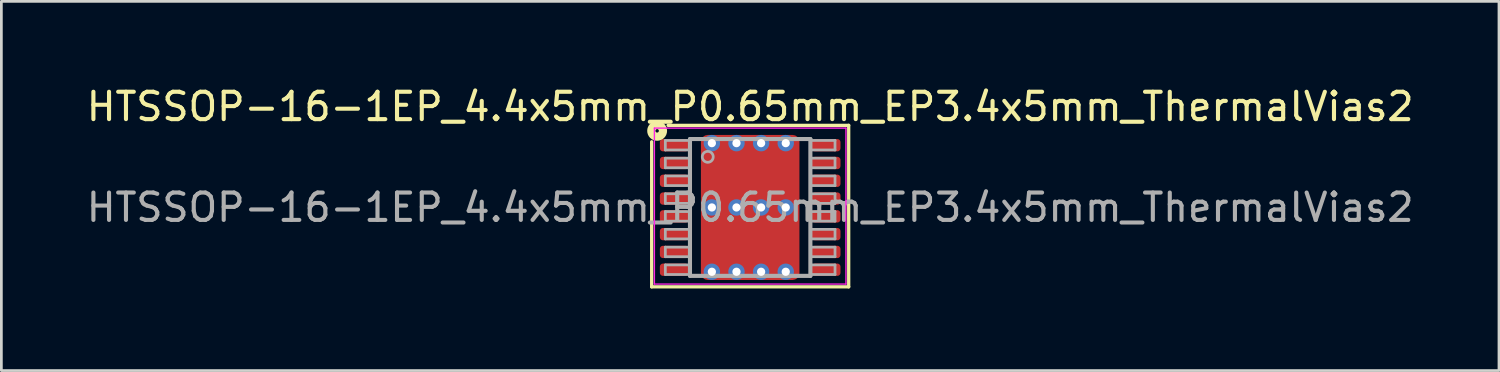
<source format=kicad_pcb>
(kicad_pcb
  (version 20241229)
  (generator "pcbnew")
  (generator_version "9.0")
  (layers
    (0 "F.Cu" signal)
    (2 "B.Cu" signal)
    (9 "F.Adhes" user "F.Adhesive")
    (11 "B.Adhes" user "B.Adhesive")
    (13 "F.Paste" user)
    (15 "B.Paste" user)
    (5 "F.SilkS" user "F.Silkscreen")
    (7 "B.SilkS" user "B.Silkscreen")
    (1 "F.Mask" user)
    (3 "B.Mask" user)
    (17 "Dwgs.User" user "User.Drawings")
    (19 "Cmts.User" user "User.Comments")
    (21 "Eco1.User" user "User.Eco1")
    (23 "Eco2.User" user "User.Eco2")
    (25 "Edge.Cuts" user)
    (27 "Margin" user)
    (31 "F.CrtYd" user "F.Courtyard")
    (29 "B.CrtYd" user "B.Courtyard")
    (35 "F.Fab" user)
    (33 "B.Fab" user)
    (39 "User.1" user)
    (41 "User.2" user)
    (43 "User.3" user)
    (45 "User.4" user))
  (footprint "HTSSOP-16-1EP_4.4x5mm_P0.65mm_EP3.4x5mm_ThermalVias2"
    (layer "F.Cu")
    (at 24.363 4.531)
    (property "Reference" "HTSSOP-16-1EP_4.4x5mm_P0.65mm_EP3.4x5mm_ThermalVias2" (at 0 -3.683 0) (layer "F.SilkS") (effects (font (size 1 1) (thickness 0.15))))
    (attr smd)
    (fp_line (start -3.6 -2.4) (end -3.6 2.9) (stroke (width 0.12) (type solid)) (layer "F.SilkS"))
    (fp_line (start -3.6 2.9) (end 3.6 2.9) (stroke (width 0.12) (type solid)) (layer "F.SilkS"))
    (fp_line (start 3.6 -3) (end -3 -3) (stroke (width 0.12) (type solid)) (layer "F.SilkS"))
    (fp_line (start 3.6 2.9) (end 3.6 -3) (stroke (width 0.12) (type solid)) (layer "F.SilkS"))
    (fp_circle (center -3.4 -2.8) (end -3.337 -2.8) (stroke (width 0.3) (type solid)) (fill no) (layer "F.SilkS"))
    (fp_line (start -3.5 -2.9) (end -3.5 2.8) (stroke (width 0.05) (type solid)) (layer "F.CrtYd"))
    (fp_line (start -3.5 -2.9) (end 3.5 -2.9) (stroke (width 0.05) (type solid)) (layer "F.CrtYd"))
    (fp_line (start -3.5 2.8) (end 3.5 2.8) (stroke (width 0.05) (type solid)) (layer "F.CrtYd"))
    (fp_line (start 3.5 -2.9) (end 3.5 2.8) (stroke (width 0.05) (type solid)) (layer "F.CrtYd"))
    (fp_line (start -3.1 -2.45) (end -3.1 -2.1) (stroke (width 0.1) (type solid)) (layer "F.Fab"))
    (fp_line (start -3.1 -2.45) (end -2.2 -2.45) (stroke (width 0.1) (type solid)) (layer "F.Fab"))
    (fp_line (start -3.1 -2.1) (end -2.2 -2.1) (stroke (width 0.1) (type solid)) (layer "F.Fab"))
    (fp_line (start -3.1 -1.8) (end -3.1 -1.45) (stroke (width 0.1) (type solid)) (layer "F.Fab"))
    (fp_line (start -3.1 -1.8) (end -2.2 -1.8) (stroke (width 0.1) (type solid)) (layer "F.Fab"))
    (fp_line (start -3.1 -1.45) (end -2.2 -1.45) (stroke (width 0.1) (type solid)) (layer "F.Fab"))
    (fp_line (start -3.1 -1.15) (end -3.1 -0.8) (stroke (width 0.1) (type solid)) (layer "F.Fab"))
    (fp_line (start -3.1 -1.15) (end -2.2 -1.15) (stroke (width 0.1) (type solid)) (layer "F.Fab"))
    (fp_line (start -3.1 -0.8) (end -2.2 -0.8) (stroke (width 0.1) (type solid)) (layer "F.Fab"))
    (fp_line (start -3.1 -0.5) (end -3.1 -0.15) (stroke (width 0.1) (type solid)) (layer "F.Fab"))
    (fp_line (start -3.1 -0.5) (end -2.2 -0.5) (stroke (width 0.1) (type solid)) (layer "F.Fab"))
    (fp_line (start -3.1 -0.15) (end -2.2 -0.15) (stroke (width 0.1) (type solid)) (layer "F.Fab"))
    (fp_line (start -3.1 0.15) (end -3.1 0.5) (stroke (width 0.1) (type solid)) (layer "F.Fab"))
    (fp_line (start -3.1 0.15) (end -2.2 0.15) (stroke (width 0.1) (type solid)) (layer "F.Fab"))
    (fp_line (start -3.1 0.5) (end -2.2 0.5) (stroke (width 0.1) (type solid)) (layer "F.Fab"))
    (fp_line (start -3.1 0.8) (end -3.1 1.15) (stroke (width 0.1) (type solid)) (layer "F.Fab"))
    (fp_line (start -3.1 0.8) (end -2.2 0.8) (stroke (width 0.1) (type solid)) (layer "F.Fab"))
    (fp_line (start -3.1 1.15) (end -2.2 1.15) (stroke (width 0.1) (type solid)) (layer "F.Fab"))
    (fp_line (start -3.1 1.45) (end -3.1 1.8) (stroke (width 0.1) (type solid)) (layer "F.Fab"))
    (fp_line (start -3.1 1.45) (end -2.2 1.45) (stroke (width 0.1) (type solid)) (layer "F.Fab"))
    (fp_line (start -3.1 1.8) (end -2.2 1.8) (stroke (width 0.1) (type solid)) (layer "F.Fab"))
    (fp_line (start -3.1 2.1) (end -3.1 2.45) (stroke (width 0.1) (type solid)) (layer "F.Fab"))
    (fp_line (start -3.1 2.1) (end -2.2 2.1) (stroke (width 0.1) (type solid)) (layer "F.Fab"))
    (fp_line (start -3.1 2.45) (end -2.2 2.45) (stroke (width 0.1) (type solid)) (layer "F.Fab"))
    (fp_line (start -2.2 -2.5) (end 2.2 -2.5) (stroke (width 0.15) (type solid)) (layer "F.Fab"))
    (fp_line (start -2.2 2.5) (end -2.2 -2.5) (stroke (width 0.15) (type solid)) (layer "F.Fab"))
    (fp_line (start 2.2 -2.5) (end 2.2 2.5) (stroke (width 0.15) (type solid)) (layer "F.Fab"))
    (fp_line (start 2.2 2.5) (end -2.2 2.5) (stroke (width 0.15) (type solid)) (layer "F.Fab"))
    (fp_line (start 3.1 -2.45) (end 2.2 -2.45) (stroke (width 0.1) (type solid)) (layer "F.Fab"))
    (fp_line (start 3.1 -2.1) (end 2.2 -2.1) (stroke (width 0.1) (type solid)) (layer "F.Fab"))
    (fp_line (start 3.1 -2.1) (end 3.1 -2.45) (stroke (width 0.1) (type solid)) (layer "F.Fab"))
    (fp_line (start 3.1 -1.8) (end 2.2 -1.8) (stroke (width 0.1) (type solid)) (layer "F.Fab"))
    (fp_line (start 3.1 -1.45) (end 2.2 -1.45) (stroke (width 0.1) (type solid)) (layer "F.Fab"))
    (fp_line (start 3.1 -1.45) (end 3.1 -1.8) (stroke (width 0.1) (type solid)) (layer "F.Fab"))
    (fp_line (start 3.1 -1.15) (end 2.2 -1.15) (stroke (width 0.1) (type solid)) (layer "F.Fab"))
    (fp_line (start 3.1 -0.8) (end 2.2 -0.8) (stroke (width 0.1) (type solid)) (layer "F.Fab"))
    (fp_line (start 3.1 -0.8) (end 3.1 -1.15) (stroke (width 0.1) (type solid)) (layer "F.Fab"))
    (fp_line (start 3.1 -0.5) (end 2.2 -0.5) (stroke (width 0.1) (type solid)) (layer "F.Fab"))
    (fp_line (start 3.1 -0.15) (end 2.2 -0.15) (stroke (width 0.1) (type solid)) (layer "F.Fab"))
    (fp_line (start 3.1 -0.15) (end 3.1 -0.5) (stroke (width 0.1) (type solid)) (layer "F.Fab"))
    (fp_line (start 3.1 0.15) (end 2.2 0.15) (stroke (width 0.1) (type solid)) (layer "F.Fab"))
    (fp_line (start 3.1 0.5) (end 2.2 0.5) (stroke (width 0.1) (type solid)) (layer "F.Fab"))
    (fp_line (start 3.1 0.5) (end 3.1 0.15) (stroke (width 0.1) (type solid)) (layer "F.Fab"))
    (fp_line (start 3.1 0.8) (end 2.2 0.8) (stroke (width 0.1) (type solid)) (layer "F.Fab"))
    (fp_line (start 3.1 1.15) (end 2.2 1.15) (stroke (width 0.1) (type solid)) (layer "F.Fab"))
    (fp_line (start 3.1 1.15) (end 3.1 0.8) (stroke (width 0.1) (type solid)) (layer "F.Fab"))
    (fp_line (start 3.1 1.45) (end 2.2 1.45) (stroke (width 0.1) (type solid)) (layer "F.Fab"))
    (fp_line (start 3.1 1.8) (end 2.2 1.8) (stroke (width 0.1) (type solid)) (layer "F.Fab"))
    (fp_line (start 3.1 1.8) (end 3.1 1.45) (stroke (width 0.1) (type solid)) (layer "F.Fab"))
    (fp_line (start 3.1 2.1) (end 2.2 2.1) (stroke (width 0.1) (type solid)) (layer "F.Fab"))
    (fp_line (start 3.1 2.45) (end 2.2 2.45) (stroke (width 0.1) (type solid)) (layer "F.Fab"))
    (fp_line (start 3.1 2.45) (end 3.1 2.1) (stroke (width 0.1) (type solid)) (layer "F.Fab"))
    (fp_circle (center -1.55 -1.85) (end -1.35 -1.85) (stroke (width 0.1) (type solid)) (fill no) (layer "F.Fab"))
    (fp_text user "${REFERENCE}" (at 0 0 0) (layer "F.Fab") (effects (font (size 1 1) (thickness 0.15))))
    (pad "" smd roundrect (at -1.2 -1.625) (size 0.6 0.65) (layers "F.Paste") (roundrect_rratio 0.25))
    (pad "" smd roundrect (at -1.2 -0.725) (size 0.6 0.65) (layers "F.Paste") (roundrect_rratio 0.25))
    (pad "" smd roundrect (at -1.2 0.725) (size 0.6 0.65) (layers "F.Paste") (roundrect_rratio 0.25))
    (pad "" smd roundrect (at -1.2 1.625) (size 0.6 0.65) (layers "F.Paste") (roundrect_rratio 0.25))
    (pad "" smd roundrect (at -0.4 -1.625) (size 0.6 0.65) (layers "F.Paste") (roundrect_rratio 0.25))
    (pad "" smd roundrect (at -0.4 -0.725) (size 0.6 0.65) (layers "F.Paste") (roundrect_rratio 0.25))
    (pad "" smd roundrect (at -0.4 0.725) (size 0.6 0.65) (layers "F.Paste") (roundrect_rratio 0.25))
    (pad "" smd roundrect (at -0.4 1.625) (size 0.6 0.65) (layers "F.Paste") (roundrect_rratio 0.25))
    (pad "" smd roundrect (at 0 -1.175) (size 3.4 1.75) (layers "F.Mask") (roundrect_rratio 0.143))
    (pad "" smd roundrect (at 0 1.175) (size 3.4 1.75) (layers "F.Mask") (roundrect_rratio 0.143))
    (pad "" smd roundrect (at 0.4 -1.625) (size 0.6 0.65) (layers "F.Paste") (roundrect_rratio 0.25))
    (pad "" smd roundrect (at 0.4 -0.725) (size 0.6 0.65) (layers "F.Paste") (roundrect_rratio 0.25))
    (pad "" smd roundrect (at 0.4 0.725) (size 0.6 0.65) (layers "F.Paste") (roundrect_rratio 0.25))
    (pad "" smd roundrect (at 0.4 1.625) (size 0.6 0.65) (layers "F.Paste") (roundrect_rratio 0.25))
    (pad "" smd roundrect (at 1.2 -1.625) (size 0.6 0.65) (layers "F.Paste") (roundrect_rratio 0.25))
    (pad "" smd roundrect (at 1.2 -0.725) (size 0.6 0.65) (layers "F.Paste") (roundrect_rratio 0.25))
    (pad "" smd roundrect (at 1.2 0.725) (size 0.6 0.65) (layers "F.Paste") (roundrect_rratio 0.25))
    (pad "" smd roundrect (at 1.2 1.625) (size 0.6 0.65) (layers "F.Paste") (roundrect_rratio 0.25))
    (pad "1" smd roundrect (at -2.775 -2.275) (size 1.05 0.45) (layers "F.Cu" "F.Mask" "F.Paste") (roundrect_rratio 0.25))
    (pad "2" smd roundrect (at -2.775 -1.625) (size 1.05 0.45) (layers "F.Cu" "F.Mask" "F.Paste") (roundrect_rratio 0.25))
    (pad "3" smd roundrect (at -2.775 -0.975) (size 1.05 0.45) (layers "F.Cu" "F.Mask" "F.Paste") (roundrect_rratio 0.25))
    (pad "4" smd roundrect (at -2.775 -0.325) (size 1.05 0.45) (layers "F.Cu" "F.Mask" "F.Paste") (roundrect_rratio 0.25))
    (pad "5" smd roundrect (at -2.775 0.325) (size 1.05 0.45) (layers "F.Cu" "F.Mask" "F.Paste") (roundrect_rratio 0.25))
    (pad "6" smd roundrect (at -2.775 0.975) (size 1.05 0.45) (layers "F.Cu" "F.Mask" "F.Paste") (roundrect_rratio 0.25))
    (pad "7" smd roundrect (at -2.775 1.625) (size 1.05 0.45) (layers "F.Cu" "F.Mask" "F.Paste") (roundrect_rratio 0.25))
    (pad "8" smd roundrect (at -2.775 2.275) (size 1.05 0.45) (layers "F.Cu" "F.Mask" "F.Paste") (roundrect_rratio 0.25))
    (pad "9" smd roundrect (at 2.775 2.275) (size 1.05 0.45) (layers "F.Cu" "F.Mask" "F.Paste") (roundrect_rratio 0.25))
    (pad "10" smd roundrect (at 2.775 1.625) (size 1.05 0.45) (layers "F.Cu" "F.Mask" "F.Paste") (roundrect_rratio 0.25))
    (pad "11" smd roundrect (at 2.775 0.975) (size 1.05 0.45) (layers "F.Cu" "F.Mask" "F.Paste") (roundrect_rratio 0.25))
    (pad "12" smd roundrect (at 2.775 0.325) (size 1.05 0.45) (layers "F.Cu" "F.Mask" "F.Paste") (roundrect_rratio 0.25))
    (pad "13" smd roundrect (at 2.775 -0.325) (size 1.05 0.45) (layers "F.Cu" "F.Mask" "F.Paste") (roundrect_rratio 0.25))
    (pad "14" smd roundrect (at 2.775 -0.975) (size 1.05 0.45) (layers "F.Cu" "F.Mask" "F.Paste") (roundrect_rratio 0.25))
    (pad "15" smd roundrect (at 2.775 -1.625) (size 1.05 0.45) (layers "F.Cu" "F.Mask" "F.Paste") (roundrect_rratio 0.25))
    (pad "16" smd roundrect (at 2.775 -2.275) (size 1.05 0.45) (layers "F.Cu" "F.Mask" "F.Paste") (roundrect_rratio 0.25))
    (pad "17" thru_hole circle (at -1.4 -2.35) (size 0.6 0.6) (drill 0.3) (property pad_prop_heatsink) (layers "*.Cu" "*.Mask"))
    (pad "17" thru_hole circle (at -1.4 0) (size 0.6 0.6) (drill 0.3) (property pad_prop_heatsink) (layers "*.Cu" "*.Mask"))
    (pad "17" thru_hole circle (at -1.4 2.35) (size 0.6 0.6) (drill 0.3) (property pad_prop_heatsink) (layers "*.Cu" "*.Mask"))
    (pad "17" thru_hole circle (at -0.5 -2.35) (size 0.6 0.6) (drill 0.3) (property pad_prop_heatsink) (layers "*.Cu" "*.Mask"))
    (pad "17" thru_hole circle (at -0.5 0) (size 0.6 0.6) (drill 0.3) (property pad_prop_heatsink) (layers "*.Cu" "*.Mask"))
    (pad "17" thru_hole circle (at -0.5 2.35) (size 0.6 0.6) (drill 0.3) (property pad_prop_heatsink) (layers "*.Cu" "*.Mask"))
    (pad "17" smd roundrect (at 0 0) (size 3.6 5.3) (layers "F.Cu") (roundrect_rratio 0.069))
    (pad "17" thru_hole circle (at 0.4 -2.35) (size 0.6 0.6) (drill 0.3) (property pad_prop_heatsink) (layers "*.Cu" "*.Mask"))
    (pad "17" thru_hole circle (at 0.4 0) (size 0.6 0.6) (drill 0.3) (property pad_prop_heatsink) (layers "*.Cu" "*.Mask"))
    (pad "17" thru_hole circle (at 0.4 2.35) (size 0.6 0.6) (drill 0.3) (property pad_prop_heatsink) (layers "*.Cu" "*.Mask"))
    (pad "17" thru_hole circle (at 1.3 -2.35) (size 0.6 0.6) (drill 0.3) (property pad_prop_heatsink) (layers "*.Cu" "*.Mask"))
    (pad "17" thru_hole circle (at 1.3 0) (size 0.6 0.6) (drill 0.3) (property pad_prop_heatsink) (layers "*.Cu" "*.Mask"))
    (pad "17" thru_hole circle (at 1.3 2.35) (size 0.6 0.6) (drill 0.3) (property pad_prop_heatsink) (layers "*.Cu" "*.Mask")))
  (gr_rect
    (start -3 -3)
    (end 51.726 10.491)
    (stroke (width 0.1) (type default))
    (fill no)
    (layer "Edge.Cuts")))
</source>
